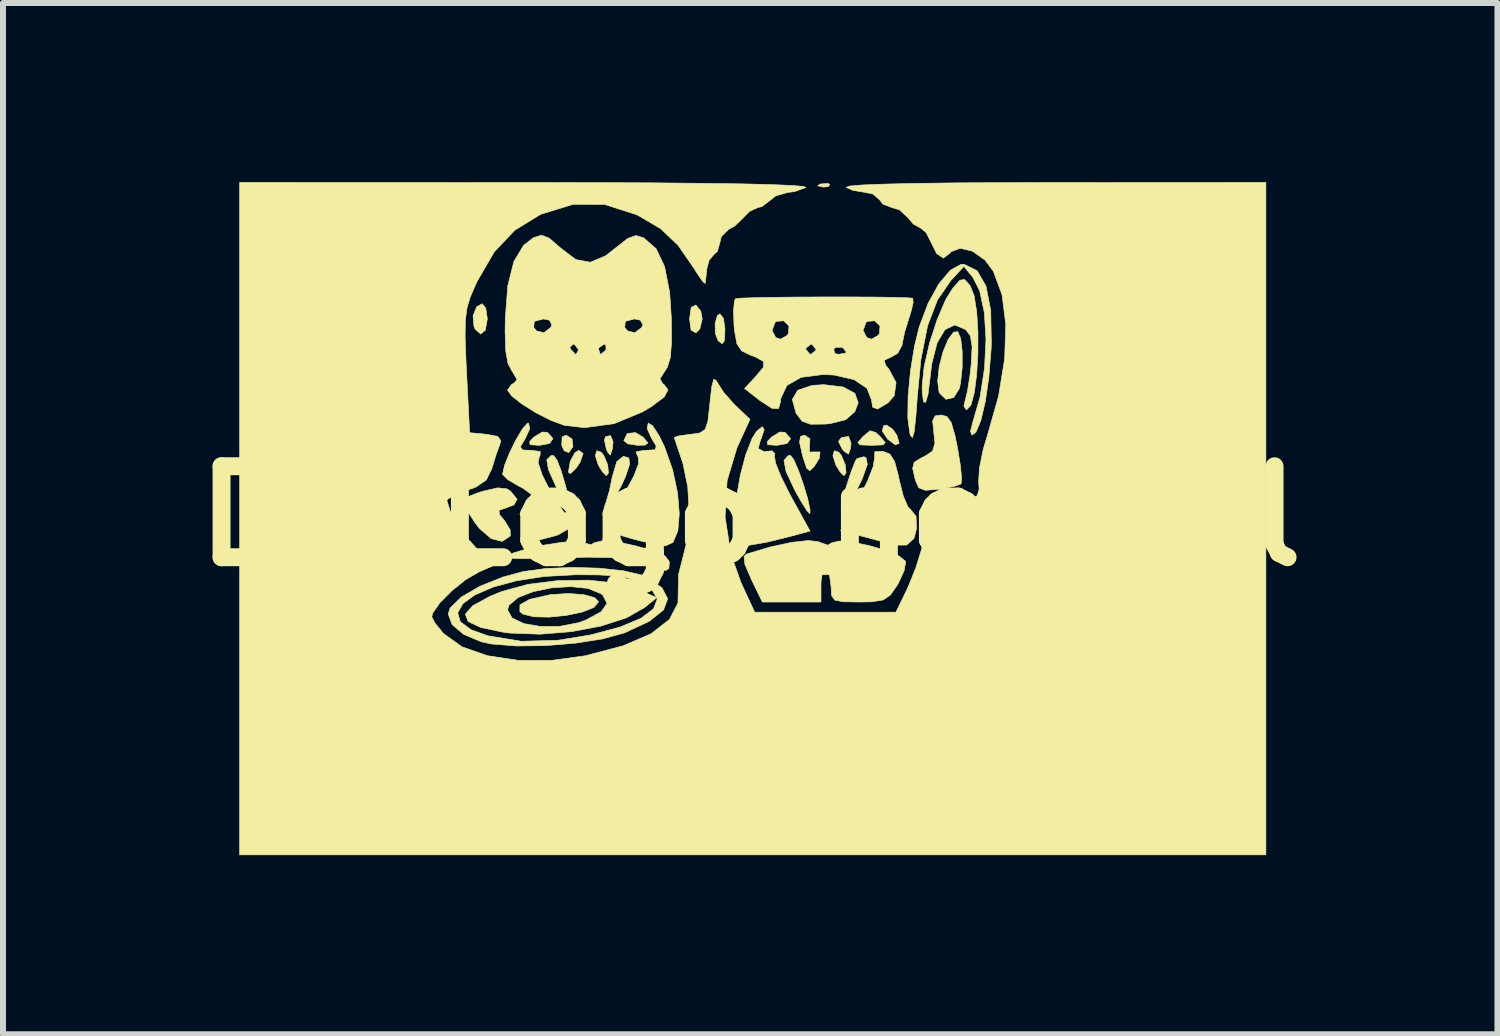
<source format=kicad_pcb>
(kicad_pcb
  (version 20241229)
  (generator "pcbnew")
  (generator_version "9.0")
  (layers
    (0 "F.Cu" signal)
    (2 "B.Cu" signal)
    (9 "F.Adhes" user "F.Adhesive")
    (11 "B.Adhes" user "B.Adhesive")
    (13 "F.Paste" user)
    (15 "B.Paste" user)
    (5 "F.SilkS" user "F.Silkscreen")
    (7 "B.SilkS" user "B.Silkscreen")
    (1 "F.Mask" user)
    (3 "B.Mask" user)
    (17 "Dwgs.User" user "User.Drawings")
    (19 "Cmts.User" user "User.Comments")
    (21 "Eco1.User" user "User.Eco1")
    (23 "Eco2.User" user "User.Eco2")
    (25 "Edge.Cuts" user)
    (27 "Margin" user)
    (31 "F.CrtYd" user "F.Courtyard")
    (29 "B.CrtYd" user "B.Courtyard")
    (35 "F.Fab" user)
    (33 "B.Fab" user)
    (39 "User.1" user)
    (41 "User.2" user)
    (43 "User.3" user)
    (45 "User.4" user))
  (footprint "DF_Logo_normal"
    (layer "F.Cu")
    (at 9.514 5.593)
    (property "Reference" "DF_Logo_normal" (at 0 0 0) (layer "F.SilkS") (effects (font (size 1.524 1.524) (thickness 0.3))))
    (attr through_hole)
    (fp_poly (pts (xy 1.332 -5.554) (xy 1.306 -5.516) (xy 1.221 -5.51) (xy 1.13 -5.531) (xy 1.169 -5.561) (xy 1.302 -5.571) (xy 1.332 -5.554)) (stroke (width 0.01) (type solid)) (fill yes) (layer "F.SilkS"))
    (fp_poly (pts (xy -2.984 -1.292) (xy -2.969 -1.164) (xy -3.038 -1.064) (xy -3.116 -1.094) (xy -3.157 -1.186) (xy -3.15 -1.327) (xy -3.082 -1.355) (xy -2.984 -1.292)) (stroke (width 0.01) (type solid)) (fill yes) (layer "F.SilkS"))
    (fp_poly (pts (xy -3.395 -1.402) (xy -3.303 -1.297) (xy -3.362 -1.215) (xy -3.532 -1.185) (xy -3.687 -1.195) (xy -3.694 -1.246) (xy -3.625 -1.322) (xy -3.482 -1.408) (xy -3.395 -1.402)) (stroke (width 0.01) (type solid)) (fill yes) (layer "F.SilkS"))
    (fp_poly (pts (xy -2.798 -1.047) (xy -2.851 -0.899) (xy -2.918 -0.799) (xy -3.011 -0.71) (xy -3.045 -0.734) (xy -3.014 -0.918) (xy -2.935 -1.063) (xy -2.87 -1.101) (xy -2.798 -1.047)) (stroke (width 0.01) (type solid)) (fill yes) (layer "F.SilkS"))
    (fp_poly (pts (xy -2.297 -1.247) (xy -2.308 -1.128) (xy -2.343 -1.02) (xy -2.386 -1.07) (xy -2.41 -1.125) (xy -2.442 -1.275) (xy -2.423 -1.33) (xy -2.34 -1.349) (xy -2.297 -1.247)) (stroke (width 0.01) (type solid)) (fill yes) (layer "F.SilkS"))
    (fp_poly (pts (xy -1.794 -1.322) (xy -1.712 -1.224) (xy -1.763 -1.189) (xy -1.887 -1.185) (xy -2.054 -1.211) (xy -2.117 -1.265) (xy -2.057 -1.384) (xy -1.92 -1.398) (xy -1.794 -1.322)) (stroke (width 0.01) (type solid)) (fill yes) (layer "F.SilkS"))
    (fp_poly (pts (xy -0.828 -3.433) (xy -0.804 -3.302) (xy -0.844 -3.134) (xy -0.91 -3.069) (xy -0.99 -3.113) (xy -1.016 -3.302) (xy -0.988 -3.496) (xy -0.91 -3.535) (xy -0.828 -3.433)) (stroke (width 0.01) (type solid)) (fill yes) (layer "F.SilkS"))
    (fp_poly (pts (xy 0.585 -1.402) (xy 0.676 -1.297) (xy 0.617 -1.215) (xy 0.448 -1.185) (xy 0.293 -1.195) (xy 0.285 -1.246) (xy 0.355 -1.322) (xy 0.497 -1.408) (xy 0.585 -1.402)) (stroke (width 0.01) (type solid)) (fill yes) (layer "F.SilkS"))
    (fp_poly (pts (xy 1.689 -1.218) (xy 1.68 -1.136) (xy 1.645 -1.037) (xy 1.575 -1.083) (xy 1.541 -1.122) (xy 1.478 -1.251) (xy 1.526 -1.313) (xy 1.647 -1.335) (xy 1.689 -1.218)) (stroke (width 0.01) (type solid)) (fill yes) (layer "F.SilkS"))
    (fp_poly (pts (xy 2.383 -1.458) (xy 2.455 -1.355) (xy 2.495 -1.217) (xy 2.43 -1.194) (xy 2.303 -1.287) (xy 2.21 -1.426) (xy 2.235 -1.514) (xy 2.283 -1.524) (xy 2.383 -1.458)) (stroke (width 0.01) (type solid)) (fill yes) (layer "F.SilkS"))
    (fp_poly (pts (xy -2.495 -1.069) (xy -2.452 -1.014) (xy -2.387 -0.859) (xy -2.374 -0.723) (xy -2.41 -0.677) (xy -2.475 -0.742) (xy -2.544 -0.854) (xy -2.594 -1.01) (xy -2.57 -1.095) (xy -2.495 -1.069)) (stroke (width 0.01) (type solid)) (fill yes) (layer "F.SilkS"))
    (fp_poly (pts (xy 1.485 -1.069) (xy 1.527 -1.014) (xy 1.592 -0.859) (xy 1.605 -0.723) (xy 1.569 -0.677) (xy 1.504 -0.742) (xy 1.435 -0.854) (xy 1.385 -1.01) (xy 1.409 -1.095) (xy 1.485 -1.069)) (stroke (width 0.01) (type solid)) (fill yes) (layer "F.SilkS"))
    (fp_poly (pts (xy -4.429 -3.482) (xy -4.403 -3.305) (xy -4.403 -3.302) (xy -4.436 -3.114) (xy -4.514 -3.049) (xy -4.604 -3.126) (xy -4.626 -3.175) (xy -4.642 -3.354) (xy -4.581 -3.506) (xy -4.49 -3.556) (xy -4.429 -3.482)) (stroke (width 0.01) (type solid)) (fill yes) (layer "F.SilkS"))
    (fp_poly (pts (xy -0.449 -3.313) (xy -0.423 -3.136) (xy -0.423 -3.133) (xy -0.432 -2.938) (xy -0.469 -2.886) (xy -0.536 -2.935) (xy -0.585 -3.058) (xy -0.588 -3.226) (xy -0.55 -3.358) (xy -0.508 -3.387) (xy -0.449 -3.313)) (stroke (width 0.01) (type solid)) (fill yes) (layer "F.SilkS"))
    (fp_poly (pts (xy 2.103 -1.4) (xy 2.177 -1.33) (xy 2.261 -1.233) (xy 2.227 -1.193) (xy 2.051 -1.185) (xy 2.032 -1.185) (xy 1.845 -1.192) (xy 1.802 -1.229) (xy 1.878 -1.321) (xy 1.887 -1.33) (xy 2.007 -1.429) (xy 2.103 -1.4)) (stroke (width 0.01) (type solid)) (fill yes) (layer "F.SilkS"))
    (fp_poly (pts (xy -2.033 -0.974) (xy -2.019 -0.872) (xy -2.088 -0.662) (xy -2.161 -0.504) (xy -2.287 -0.275) (xy -2.389 -0.126) (xy -2.448 -0.074) (xy -2.448 -0.138) (xy -2.415 -0.233) (xy -2.359 -0.421) (xy -2.31 -0.658) (xy -2.235 -0.912) (xy -2.123 -1.002) (xy -2.033 -0.974)) (stroke (width 0.01) (type solid)) (fill yes) (layer "F.SilkS"))
    (fp_poly (pts (xy 0.731 -0.943) (xy 0.809 -0.761) (xy 0.893 -0.524) (xy 0.963 -0.288) (xy 1.002 -0.107) (xy 0.999 -0.039) (xy 0.948 -0.092) (xy 0.845 -0.257) (xy 0.742 -0.442) (xy 0.6 -0.747) (xy 0.565 -0.933) (xy 0.635 -1.012) (xy 0.676 -1.016) (xy 0.731 -0.943)) (stroke (width 0.01) (type solid)) (fill yes) (layer "F.SilkS"))
    (fp_poly (pts (xy 1 -1.294) (xy 0.993 -1.192) (xy 0.992 -1.073) (xy 1.068 -1.074) (xy 1.169 -1.074) (xy 1.158 -0.97) (xy 1.072 -0.831) (xy 0.998 -0.76) (xy 0.944 -0.803) (xy 0.885 -0.984) (xy 0.874 -1.022) (xy 0.827 -1.237) (xy 0.842 -1.334) (xy 0.911 -1.355) (xy 1 -1.294)) (stroke (width 0.01) (type solid)) (fill yes) (layer "F.SilkS"))
    (fp_poly (pts (xy 1.939 -0.979) (xy 1.962 -0.867) (xy 1.877 -0.627) (xy 1.818 -0.504) (xy 1.663 -0.22) (xy 1.565 -0.09) (xy 1.525 -0.117) (xy 1.524 -0.138) (xy 1.55 -0.279) (xy 1.611 -0.502) (xy 1.688 -0.736) (xy 1.757 -0.913) (xy 1.785 -0.962) (xy 1.902 -0.994) (xy 1.939 -0.979)) (stroke (width 0.01) (type solid)) (fill yes) (layer "F.SilkS"))
    (fp_poly (pts (xy -2.792 1.315) (xy -2.605 1.366) (xy -2.54 1.435) (xy -2.616 1.529) (xy -2.812 1.607) (xy -3.079 1.663) (xy -3.367 1.692) (xy -3.627 1.686) (xy -3.81 1.64) (xy -3.858 1.599) (xy -3.856 1.485) (xy -3.691 1.393) (xy -3.362 1.319) (xy -3.339 1.316) (xy -3.054 1.296) (xy -2.792 1.315)) (stroke (width 0.01) (type solid)) (fill yes) (layer "F.SilkS"))
    (fp_poly (pts (xy 1.554 -2.163) (xy 1.752 -2.057) (xy 1.809 -1.897) (xy 1.751 -1.747) (xy 1.597 -1.613) (xy 1.336 -1.548) (xy 1.256 -1.541) (xy 1.01 -1.538) (xy 0.87 -1.588) (xy 0.774 -1.714) (xy 0.766 -1.729) (xy 0.705 -1.953) (xy 0.796 -2.108) (xy 1.036 -2.189) (xy 1.232 -2.201) (xy 1.554 -2.163)) (stroke (width 0.01) (type solid)) (fill yes) (layer "F.SilkS"))
    (fp_poly (pts (xy 3.525 -2.976) (xy 3.55 -2.756) (xy 3.55 -2.486) (xy 3.522 -2.227) (xy 3.503 -2.138) (xy 3.408 -1.985) (xy 3.277 -1.956) (xy 3.169 -2.061) (xy 3.163 -2.075) (xy 3.139 -2.261) (xy 3.165 -2.501) (xy 3.228 -2.748) (xy 3.314 -2.957) (xy 3.407 -3.081) (xy 3.476 -3.088) (xy 3.525 -2.976)) (stroke (width 0.01) (type solid)) (fill yes) (layer "F.SilkS"))
    (fp_poly (pts (xy -4.075 -0.456) (xy -4.015 -0.418) (xy -3.904 -0.283) (xy -3.957 -0.187) (xy -4.08 -0.141) (xy -4.207 -0.096) (xy -4.201 -0.027) (xy -4.114 0.076) (xy -4.02 0.23) (xy -4.018 0.333) (xy -4.154 0.424) (xy -4.337 0.378) (xy -4.535 0.208) (xy -4.611 0.107) (xy -4.741 -0.093) (xy -4.817 -0.232) (xy -4.826 -0.26) (xy -4.753 -0.314) (xy -4.57 -0.387) (xy -4.481 -0.415) (xy -4.23 -0.473) (xy -4.075 -0.456)) (stroke (width 0.01) (type solid)) (fill yes) (layer "F.SilkS"))
    (fp_poly (pts (xy 2.339 -1.039) (xy 2.418 -0.915) (xy 2.482 -0.673) (xy 2.497 -0.6) (xy 2.562 -0.34) (xy 2.639 -0.158) (xy 2.689 -0.106) (xy 2.777 0.003) (xy 2.786 0.207) (xy 2.743 0.374) (xy 2.619 0.485) (xy 2.405 0.487) (xy 2.328 0.464) (xy 2.199 0.425) (xy 1.975 0.364) (xy 1.879 0.339) (xy 1.515 0.245) (xy 1.823 -0.306) (xy 1.966 -0.59) (xy 2.059 -0.829) (xy 2.084 -0.975) (xy 2.082 -0.985) (xy 2.086 -1.078) (xy 2.221 -1.085) (xy 2.339 -1.039)) (stroke (width 0.01) (type solid)) (fill yes) (layer "F.SilkS"))
    (fp_poly (pts (xy 3.295 -1.667) (xy 3.366 -1.567) (xy 3.428 -1.355) (xy 3.472 -1.139) (xy 3.519 -0.852) (xy 3.54 -0.636) (xy 3.531 -0.539) (xy 3.425 -0.5) (xy 3.218 -0.459) (xy 3.152 -0.449) (xy 2.932 -0.432) (xy 2.823 -0.474) (xy 2.767 -0.598) (xy 2.765 -0.604) (xy 2.72 -0.801) (xy 2.747 -0.902) (xy 2.87 -0.977) (xy 2.916 -0.998) (xy 3.053 -1.087) (xy 3.093 -1.219) (xy 3.075 -1.393) (xy 3.055 -1.594) (xy 3.097 -1.678) (xy 3.197 -1.693) (xy 3.295 -1.667)) (stroke (width 0.01) (type solid)) (fill yes) (layer "F.SilkS"))
    (fp_poly (pts (xy 0.234 -1.448) (xy 0.184 -1.297) (xy 0.173 -1.277) (xy 0.133 -1.132) (xy 0.227 -1.08) (xy 0.368 -1.093) (xy 0.412 -1.044) (xy 0.405 -1.002) (xy 0.426 -0.883) (xy 0.516 -0.661) (xy 0.655 -0.381) (xy 0.686 -0.323) (xy 1.002 0.251) (xy 0.687 0.336) (xy 0.27 0.439) (xy -0.006 0.486) (xy -0.159 0.477) (xy -0.191 0.458) (xy -0.249 0.301) (xy -0.26 0.029) (xy -0.23 -0.312) (xy -0.167 -0.678) (xy -0.077 -1.022) (xy 0.031 -1.3) (xy 0.106 -1.42) (xy 0.203 -1.499) (xy 0.234 -1.448)) (stroke (width 0.01) (type solid)) (fill yes) (layer "F.SilkS"))
    (fp_poly (pts (xy -2.165 0.445) (xy -1.927 0.497) (xy -1.606 0.586) (xy -1.426 0.668) (xy -1.358 0.757) (xy -1.355 0.783) (xy -1.363 0.878) (xy -1.414 0.912) (xy -1.544 0.885) (xy -1.792 0.797) (xy -1.82 0.787) (xy -2.041 0.728) (xy -2.329 0.696) (xy -2.721 0.688) (xy -3.156 0.7) (xy -3.538 0.71) (xy -3.843 0.712) (xy -4.042 0.704) (xy -4.102 0.687) (xy -4.102 0.686) (xy -3.968 0.618) (xy -3.73 0.547) (xy -3.442 0.484) (xy -3.157 0.439) (xy -2.929 0.423) (xy -2.815 0.442) (xy -2.667 0.479) (xy -2.603 0.444) (xy -2.454 0.41) (xy -2.165 0.445)) (stroke (width 0.01) (type solid)) (fill yes) (layer "F.SilkS"))
    (fp_poly (pts (xy -1.635 -1.514) (xy -1.528 -1.35) (xy -1.436 -1.163) (xy -1.3 -0.777) (xy -1.217 -0.391) (xy -1.188 -0.039) (xy -1.212 0.249) (xy -1.292 0.439) (xy -1.42 0.5) (xy -1.585 0.474) (xy -1.839 0.416) (xy -1.976 0.38) (xy -2.217 0.31) (xy -2.379 0.255) (xy -2.415 0.238) (xy -2.391 0.156) (xy -2.297 -0.034) (xy -2.155 -0.294) (xy -2.12 -0.354) (xy -1.948 -0.673) (xy -1.869 -0.879) (xy -1.877 -0.994) (xy -1.888 -1.008) (xy -1.912 -1.076) (xy -1.787 -1.1) (xy -1.751 -1.101) (xy -1.593 -1.111) (xy -1.574 -1.172) (xy -1.654 -1.304) (xy -1.727 -1.468) (xy -1.708 -1.557) (xy -1.635 -1.514)) (stroke (width 0.01) (type solid)) (fill yes) (layer "F.SilkS"))
    (fp_poly (pts (xy 3.679 -3.864) (xy 3.684 -3.857) (xy 3.75 -3.69) (xy 3.793 -3.418) (xy 3.814 -3.081) (xy 3.813 -2.718) (xy 3.792 -2.367) (xy 3.753 -2.067) (xy 3.696 -1.858) (xy 3.622 -1.778) (xy 3.621 -1.778) (xy 3.578 -1.841) (xy 3.597 -1.926) (xy 3.638 -2.092) (xy 3.68 -2.355) (xy 3.701 -2.542) (xy 3.716 -2.84) (xy 3.686 -3.02) (xy 3.609 -3.123) (xy 3.425 -3.201) (xy 3.262 -3.123) (xy 3.13 -2.902) (xy 3.04 -2.551) (xy 3.011 -2.308) (xy 2.978 -2.042) (xy 2.938 -1.906) (xy 2.902 -1.913) (xy 2.881 -2.072) (xy 2.879 -2.178) (xy 2.913 -2.505) (xy 3.003 -2.897) (xy 3.131 -3.291) (xy 3.275 -3.628) (xy 3.388 -3.81) (xy 3.51 -3.949) (xy 3.587 -3.964) (xy 3.679 -3.864)) (stroke (width 0.01) (type solid)) (fill yes) (layer "F.SilkS"))
    (fp_poly (pts (xy 1.147 0.43) (xy 1.163 0.44) (xy 1.302 0.487) (xy 1.364 0.448) (xy 1.492 0.418) (xy 1.721 0.438) (xy 1.999 0.496) (xy 2.273 0.577) (xy 2.491 0.668) (xy 2.6 0.756) (xy 2.604 0.767) (xy 2.577 0.915) (xy 2.482 1.123) (xy 2.457 1.164) (xy 2.346 1.323) (xy 2.225 1.405) (xy 2.037 1.436) (xy 1.822 1.439) (xy 1.555 1.435) (xy 1.416 1.407) (xy 1.363 1.334) (xy 1.355 1.192) (xy 1.355 1.19) (xy 1.329 0.995) (xy 1.27 0.889) (xy 1.212 0.925) (xy 1.186 1.097) (xy 1.185 1.138) (xy 1.185 1.439) (xy 0.203 1.439) (xy 0.017 1.056) (xy -0.089 0.809) (xy -0.104 0.676) (xy -0.064 0.636) (xy 0.332 0.518) (xy 0.692 0.44) (xy 0.976 0.409) (xy 1.147 0.43)) (stroke (width 0.01) (type solid)) (fill yes) (layer "F.SilkS"))
    (fp_poly (pts (xy -2.238 1.123) (xy -1.905 1.219) (xy -1.566 1.366) (xy -1.767 1.53) (xy -2.073 1.704) (xy -2.499 1.842) (xy -2.998 1.936) (xy -3.522 1.978) (xy -4.025 1.959) (xy -4.129 1.946) (xy -4.511 1.866) (xy -4.725 1.765) (xy -4.771 1.643) (xy -4.709 1.571) (xy -4.064 1.571) (xy -3.988 1.706) (xy -3.789 1.801) (xy -3.509 1.849) (xy -3.189 1.846) (xy -2.874 1.785) (xy -2.759 1.744) (xy -2.495 1.601) (xy -2.398 1.461) (xy -2.469 1.325) (xy -2.501 1.299) (xy -2.717 1.211) (xy -3.008 1.181) (xy -3.329 1.202) (xy -3.638 1.266) (xy -3.889 1.365) (xy -4.04 1.492) (xy -4.064 1.571) (xy -4.709 1.571) (xy -4.649 1.502) (xy -4.359 1.344) (xy -4.162 1.263) (xy -3.726 1.144) (xy -3.221 1.08) (xy -2.706 1.073) (xy -2.238 1.123)) (stroke (width 0.01) (type solid)) (fill yes) (layer "F.SilkS"))
    (fp_poly (pts (xy 3.801 -4.108) (xy 3.949 -3.851) (xy 4.028 -3.443) (xy 4.038 -2.884) (xy 4.034 -2.794) (xy 3.996 -2.323) (xy 3.937 -1.917) (xy 3.863 -1.602) (xy 3.781 -1.406) (xy 3.713 -1.355) (xy 3.689 -1.421) (xy 3.725 -1.564) (xy 3.85 -1.997) (xy 3.924 -2.477) (xy 3.948 -2.961) (xy 3.921 -3.407) (xy 3.843 -3.772) (xy 3.731 -3.994) (xy 3.579 -4.182) (xy 3.362 -3.948) (xy 3.137 -3.623) (xy 2.971 -3.189) (xy 2.859 -2.626) (xy 2.801 -2.032) (xy 2.772 -1.643) (xy 2.745 -1.408) (xy 2.717 -1.315) (xy 2.685 -1.349) (xy 2.673 -1.384) (xy 2.639 -1.643) (xy 2.644 -2.011) (xy 2.684 -2.432) (xy 2.752 -2.851) (xy 2.83 -3.167) (xy 2.979 -3.563) (xy 3.159 -3.889) (xy 3.351 -4.117) (xy 3.532 -4.217) (xy 3.582 -4.217) (xy 3.801 -4.108)) (stroke (width 0.01) (type solid)) (fill yes) (layer "F.SilkS"))
    (fp_poly (pts (xy -3.693 -1.46) (xy -3.765 -1.304) (xy -3.849 -1.16) (xy -3.814 -1.108) (xy -3.668 -1.101) (xy -3.516 -1.082) (xy -3.519 -1.02) (xy -3.528 -1.01) (xy -3.553 -0.898) (xy -3.483 -0.688) (xy -3.366 -0.455) (xy -3.204 -0.178) (xy -3.104 -0.049) (xy -3.075 -0.067) (xy -3.127 -0.227) (xy -3.25 -0.489) (xy -3.378 -0.775) (xy -3.407 -0.943) (xy -3.338 -1.012) (xy -3.294 -1.016) (xy -3.237 -0.941) (xy -3.164 -0.752) (xy -3.09 -0.499) (xy -3.029 -0.234) (xy -2.995 -0.009) (xy -2.993 0.065) (xy -3.045 0.214) (xy -3.215 0.313) (xy -3.299 0.339) (xy -3.557 0.405) (xy -3.682 0.415) (xy -3.699 0.37) (xy -3.68 0.333) (xy -3.687 0.21) (xy -3.766 0.087) (xy -3.857 -0.033) (xy -3.818 -0.094) (xy -3.727 -0.127) (xy -3.591 -0.213) (xy -3.618 -0.328) (xy -3.805 -0.466) (xy -3.877 -0.503) (xy -4.056 -0.608) (xy -4.145 -0.695) (xy -4.147 -0.704) (xy -4.115 -0.848) (xy -4.032 -1.056) (xy -3.924 -1.276) (xy -3.815 -1.459) (xy -3.731 -1.555) (xy -3.711 -1.557) (xy -3.693 -1.46)) (stroke (width 0.01) (type solid)) (fill yes) (layer "F.SilkS"))
    (fp_poly (pts (xy -2.534 0.872) (xy -2.129 0.915) (xy -1.821 0.986) (xy -1.743 1.019) (xy -1.479 1.199) (xy -1.382 1.384) (xy -1.453 1.573) (xy -1.691 1.762) (xy -2.094 1.951) (xy -2.107 1.956) (xy -2.472 2.057) (xy -2.934 2.129) (xy -3.437 2.17) (xy -3.922 2.175) (xy -4.332 2.142) (xy -4.501 2.106) (xy -4.799 1.981) (xy -4.992 1.817) (xy -5.058 1.64) (xy -5.051 1.618) (xy -4.898 1.618) (xy -4.857 1.768) (xy -4.674 1.904) (xy -4.395 2.004) (xy -3.834 2.096) (xy -3.225 2.08) (xy -2.679 1.991) (xy -2.188 1.861) (xy -1.833 1.713) (xy -1.62 1.553) (xy -1.557 1.388) (xy -1.651 1.226) (xy -1.794 1.128) (xy -1.977 1.052) (xy -2.211 1.006) (xy -2.539 0.985) (xy -2.921 0.982) (xy -3.449 1.011) (xy -3.915 1.083) (xy -4.306 1.189) (xy -4.61 1.32) (xy -4.812 1.466) (xy -4.898 1.618) (xy -5.051 1.618) (xy -5.026 1.54) (xy -4.839 1.357) (xy -4.529 1.176) (xy -4.141 1.021) (xy -3.81 0.931) (xy -3.426 0.878) (xy -2.984 0.859) (xy -2.534 0.872)) (stroke (width 0.01) (type solid)) (fill yes) (layer "F.SilkS"))
    (fp_poly (pts (xy -3.37 -4.657) (xy -3.188 -4.5) (xy -3.183 -4.495) (xy -2.921 -4.296) (xy -2.679 -4.251) (xy -2.422 -4.359) (xy -2.251 -4.493) (xy -2.052 -4.649) (xy -1.914 -4.699) (xy -1.783 -4.659) (xy -1.783 -4.659) (xy -1.576 -4.478) (xy -1.434 -4.179) (xy -1.349 -3.746) (xy -1.321 -3.315) (xy -1.317 -2.919) (xy -1.338 -2.656) (xy -1.388 -2.491) (xy -1.429 -2.429) (xy -1.512 -2.3) (xy -1.468 -2.22) (xy -1.446 -2.206) (xy -1.376 -2.113) (xy -1.441 -1.995) (xy -1.65 -1.837) (xy -1.804 -1.745) (xy -2.28 -1.548) (xy -2.774 -1.481) (xy -3.113 -1.52) (xy -3.332 -1.6) (xy -3.584 -1.728) (xy -3.822 -1.876) (xy -3.997 -2.014) (xy -4.064 -2.111) (xy -3.997 -2.205) (xy -3.958 -2.224) (xy -3.904 -2.286) (xy -3.979 -2.413) (xy -3.986 -2.422) (xy -4.056 -2.553) (xy -4.094 -2.762) (xy -4.096 -2.827) (xy -3.019 -2.827) (xy -3.006 -2.794) (xy -2.93 -2.713) (xy -2.916 -2.709) (xy -2.88 -2.775) (xy -2.879 -2.794) (xy -2.54 -2.794) (xy -2.511 -2.712) (xy -2.503 -2.709) (xy -2.43 -2.769) (xy -2.413 -2.794) (xy -2.42 -2.872) (xy -2.45 -2.879) (xy -2.537 -2.817) (xy -2.54 -2.794) (xy -2.879 -2.794) (xy -2.944 -2.875) (xy -2.968 -2.879) (xy -3.019 -2.827) (xy -4.096 -2.827) (xy -4.105 -3.084) (xy -4.104 -3.157) (xy -3.625 -3.157) (xy -3.582 -3.103) (xy -3.456 -3.07) (xy -3.344 -3.157) (xy -2.101 -3.157) (xy -2.058 -3.103) (xy -1.932 -3.07) (xy -1.817 -3.16) (xy -1.797 -3.201) (xy -1.839 -3.281) (xy -1.94 -3.302) (xy -2.093 -3.261) (xy -2.101 -3.157) (xy -3.344 -3.157) (xy -3.341 -3.16) (xy -3.321 -3.201) (xy -3.363 -3.281) (xy -3.464 -3.302) (xy -3.617 -3.261) (xy -3.625 -3.157) (xy -4.104 -3.157) (xy -4.102 -3.307) (xy -4.06 -3.857) (xy -3.959 -4.261) (xy -3.795 -4.535) (xy -3.631 -4.662) (xy -3.499 -4.704) (xy -3.37 -4.657)) (stroke (width 0.01) (type solid)) (fill yes) (layer "F.SilkS"))
    (fp_poly (pts (xy 1.673 -3.67) (xy 2.073 -3.668) (xy 2.405 -3.663) (xy 2.636 -3.656) (xy 2.721 -3.649) (xy 2.729 -3.574) (xy 2.685 -3.395) (xy 2.661 -3.323) (xy 2.586 -3.081) (xy 2.546 -2.889) (xy 2.544 -2.863) (xy 2.469 -2.726) (xy 2.364 -2.665) (xy 2.244 -2.61) (xy 2.266 -2.528) (xy 2.322 -2.462) (xy 2.443 -2.235) (xy 2.412 -2.016) (xy 2.307 -1.896) (xy 2.134 -1.793) (xy 2.05 -1.824) (xy 2.032 -1.943) (xy 1.954 -2.142) (xy 1.737 -2.286) (xy 1.404 -2.362) (xy 1.222 -2.371) (xy 0.853 -2.324) (xy 0.613 -2.187) (xy 0.511 -1.969) (xy 0.508 -1.919) (xy 0.474 -1.799) (xy 0.363 -1.805) (xy 0.159 -1.938) (xy 0.133 -1.958) (xy -0.095 -2.137) (xy 0.079 -2.323) (xy 0.219 -2.49) (xy 0.225 -2.588) (xy 0.09 -2.664) (xy 0.009 -2.693) (xy -0.143 -2.766) (xy -0.161 -2.794) (xy 0.931 -2.794) (xy 0.996 -2.712) (xy 1.016 -2.709) (xy 1.098 -2.774) (xy 1.101 -2.794) (xy 1.1 -2.795) (xy 1.398 -2.795) (xy 1.416 -2.722) (xy 1.477 -2.709) (xy 1.593 -2.729) (xy 1.609 -2.747) (xy 1.547 -2.826) (xy 1.435 -2.827) (xy 1.398 -2.795) (xy 1.1 -2.795) (xy 1.036 -2.876) (xy 1.016 -2.879) (xy 0.934 -2.814) (xy 0.931 -2.794) (xy -0.161 -2.794) (xy -0.223 -2.884) (xy -0.262 -3.101) (xy -0.263 -3.108) (xy 0.366 -3.108) (xy 0.428 -2.99) (xy 0.508 -2.963) (xy 0.617 -3.025) (xy 0.64 -3.055) (xy 0.644 -3.108) (xy 1.89 -3.108) (xy 1.952 -2.99) (xy 2.032 -2.963) (xy 2.141 -3.025) (xy 2.164 -3.055) (xy 2.173 -3.185) (xy 2.084 -3.271) (xy 1.961 -3.261) (xy 1.938 -3.242) (xy 1.89 -3.108) (xy 0.644 -3.108) (xy 0.649 -3.185) (xy 0.56 -3.271) (xy 0.437 -3.261) (xy 0.414 -3.242) (xy 0.366 -3.108) (xy -0.263 -3.108) (xy -0.271 -3.189) (xy -0.28 -3.435) (xy -0.264 -3.603) (xy -0.246 -3.641) (xy -0.152 -3.65) (xy 0.078 -3.658) (xy 0.409 -3.664) (xy 0.807 -3.668) (xy 1.24 -3.67) (xy 1.673 -3.67)) (stroke (width 0.01) (type solid)) (fill yes) (layer "F.SilkS"))
    (fp_poly (pts (xy 8.636 5.673) (xy -8.551 5.673) (xy -8.551 -5.588) (xy -3.747 -5.587) (xy -2.614 -5.585) (xy -1.633 -5.581) (xy -0.807 -5.573) (xy -0.137 -5.564) (xy 0.373 -5.551) (xy 0.721 -5.536) (xy 0.904 -5.519) (xy 0.931 -5.503) (xy 0.741 -5.434) (xy 0.624 -5.42) (xy 0.427 -5.362) (xy 0.339 -5.292) (xy 0.197 -5.184) (xy 0.121 -5.165) (xy -0.013 -5.102) (xy -0.101 -5.011) (xy -0.258 -4.859) (xy -0.36 -4.802) (xy -0.484 -4.681) (xy -0.508 -4.582) (xy -0.551 -4.43) (xy -0.606 -4.384) (xy -0.689 -4.284) (xy -0.726 -4.144) (xy -0.745 -3.969) (xy -0.755 -3.895) (xy -0.798 -3.932) (xy -0.896 -4.076) (xy -0.941 -4.149) (xy -1.21 -4.537) (xy -1.501 -4.813) (xy -1.872 -5.032) (xy -1.905 -5.048) (xy -2.438 -5.219) (xy -2.966 -5.221) (xy -3.502 -5.056) (xy -3.517 -5.049) (xy -3.943 -4.787) (xy -4.285 -4.426) (xy -4.573 -3.932) (xy -4.604 -3.865) (xy -4.689 -3.667) (xy -4.743 -3.487) (xy -4.77 -3.285) (xy -4.775 -3.018) (xy -4.762 -2.645) (xy -4.751 -2.413) (xy -4.699 -1.397) (xy -4.417 -1.37) (xy -4.229 -1.335) (xy -4.177 -1.263) (xy -4.193 -1.201) (xy -4.259 -1.018) (xy -4.327 -0.796) (xy -4.42 -0.604) (xy -4.595 -0.485) (xy -4.742 -0.433) (xy -4.951 -0.355) (xy -5.07 -0.281) (xy -5.08 -0.261) (xy -5.026 -0.087) (xy -4.892 0.15) (xy -4.716 0.395) (xy -4.536 0.592) (xy -4.424 0.674) (xy -4.191 0.783) (xy -4.535 0.931) (xy -4.762 1.063) (xy -4.997 1.25) (xy -5.196 1.45) (xy -5.317 1.624) (xy -5.334 1.687) (xy -5.282 1.788) (xy -5.153 1.948) (xy -5.133 1.97) (xy -4.829 2.188) (xy -4.402 2.338) (xy -3.886 2.416) (xy -3.318 2.415) (xy -2.769 2.34) (xy -2.132 2.173) (xy -1.66 1.97) (xy -1.353 1.731) (xy -1.21 1.456) (xy -1.206 1.255) (xy -1.2 0.977) (xy -1.131 0.704) (xy -1.048 0.372) (xy -1.02 -0.05) (xy -1.047 -0.492) (xy -1.127 -0.883) (xy -1.143 -0.931) (xy -1.219 -1.153) (xy -1.265 -1.294) (xy -1.27 -1.318) (xy -1.196 -1.343) (xy -1.016 -1.368) (xy -0.995 -1.37) (xy -0.842 -1.393) (xy -0.755 -1.451) (xy -0.709 -1.587) (xy -0.68 -1.842) (xy -0.674 -1.905) (xy -0.643 -2.175) (xy -0.61 -2.292) (xy -0.569 -2.271) (xy -0.555 -2.244) (xy -0.446 -2.073) (xy -0.272 -1.876) (xy -0.243 -1.848) (xy -0.004 -1.621) (xy -0.222 -1.144) (xy -0.387 -0.594) (xy -0.421 0.015) (xy -0.324 0.638) (xy -0.151 1.122) (xy 0.075 1.609) (xy 2.44 1.609) (xy 2.636 1.206) (xy 2.771 0.873) (xy 2.889 0.495) (xy 2.925 0.339) (xy 3.019 -0.127) (xy 3.436 -0.218) (xy 3.681 -0.278) (xy 3.801 -0.343) (xy 3.834 -0.45) (xy 3.825 -0.58) (xy 3.839 -0.806) (xy 3.901 -1.114) (xy 3.976 -1.364) (xy 4.16 -2.012) (xy 4.261 -2.637) (xy 4.28 -3.211) (xy 4.217 -3.708) (xy 4.072 -4.1) (xy 3.932 -4.288) (xy 3.722 -4.436) (xy 3.514 -4.486) (xy 3.362 -4.426) (xy 3.344 -4.403) (xy 3.235 -4.32) (xy 3.121 -4.397) (xy 3.035 -4.572) (xy 2.946 -4.748) (xy 2.852 -4.826) (xy 2.848 -4.826) (xy 2.731 -4.891) (xy 2.644 -4.995) (xy 2.498 -5.13) (xy 2.379 -5.165) (xy 2.222 -5.224) (xy 2.171 -5.292) (xy 2.057 -5.393) (xy 1.929 -5.42) (xy 1.716 -5.456) (xy 1.609 -5.503) (xy 1.656 -5.526) (xy 1.87 -5.545) (xy 2.248 -5.56) (xy 2.788 -5.572) (xy 3.487 -5.581) (xy 4.343 -5.585) (xy 5.059 -5.587) (xy 8.636 -5.588) (xy 8.636 5.673)) (stroke (width 0.01) (type solid)) (fill yes) (layer "F.SilkS")))
  (gr_rect
    (start -3 -3)
    (end 22.028 14.271)
    (stroke (width 0.1) (type default))
    (fill no)
    (layer "Edge.Cuts")))
</source>
